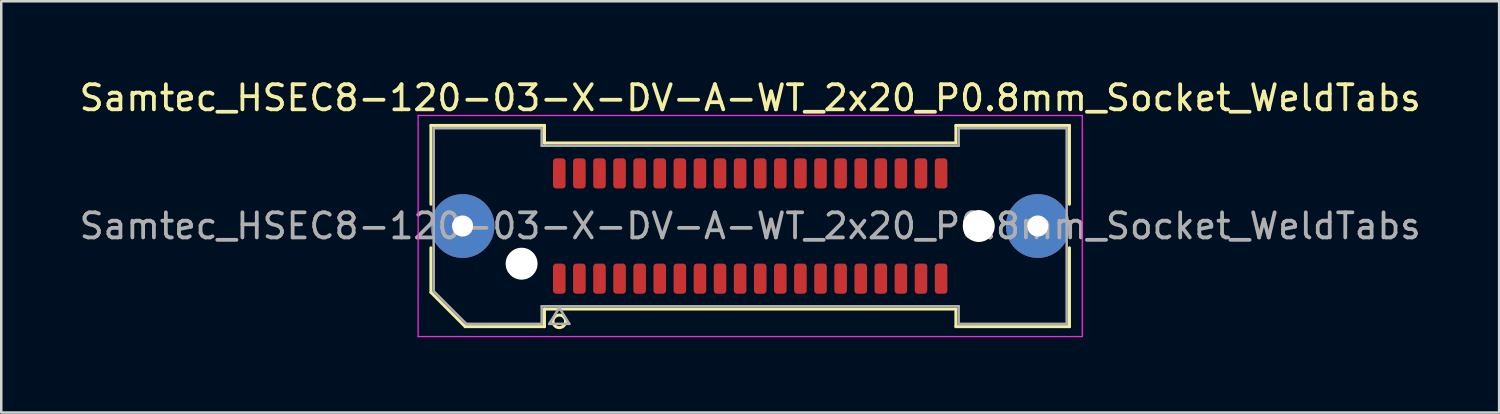
<source format=kicad_pcb>
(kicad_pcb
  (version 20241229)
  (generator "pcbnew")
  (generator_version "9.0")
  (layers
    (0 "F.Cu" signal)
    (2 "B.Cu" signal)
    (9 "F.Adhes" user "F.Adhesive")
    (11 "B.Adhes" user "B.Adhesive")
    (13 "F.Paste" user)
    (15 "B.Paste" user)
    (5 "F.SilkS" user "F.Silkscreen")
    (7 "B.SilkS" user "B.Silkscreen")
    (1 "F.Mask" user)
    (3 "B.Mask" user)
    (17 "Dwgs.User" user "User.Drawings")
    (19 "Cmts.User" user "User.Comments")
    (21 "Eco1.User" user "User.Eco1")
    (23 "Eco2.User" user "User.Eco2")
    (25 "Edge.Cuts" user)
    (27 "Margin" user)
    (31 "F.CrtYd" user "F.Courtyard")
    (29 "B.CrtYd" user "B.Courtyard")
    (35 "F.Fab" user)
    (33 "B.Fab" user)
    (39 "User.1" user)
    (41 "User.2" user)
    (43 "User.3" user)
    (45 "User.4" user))
  (footprint "Samtec_HSEC8-120-03-X-DV-A-WT_2x20_P0.8mm_Socket_WeldTabs"
    (layer "F.Cu")
    (at 26.815 5.948)
    (property "Reference" "Samtec_HSEC8-120-03-X-DV-A-WT_2x20_P0.8mm_Socket_WeldTabs" (at 0 -5.1 0) (layer "F.SilkS") (effects (font (size 1 1) (thickness 0.15))))
    (attr smd)
    (fp_line (start -12.71 -4.005) (end -8.19 -4.005) (stroke (width 0.12) (type solid)) (layer "F.SilkS"))
    (fp_line (start -12.71 -0.868) (end -12.71 -4.005) (stroke (width 0.12) (type solid)) (layer "F.SilkS"))
    (fp_line (start -12.71 2.641) (end -12.71 0.868) (stroke (width 0.12) (type solid)) (layer "F.SilkS"))
    (fp_line (start -11.346 4.005) (end -12.71 2.641) (stroke (width 0.12) (type solid)) (layer "F.SilkS"))
    (fp_line (start -8.19 -4.005) (end -8.19 -3.305) (stroke (width 0.12) (type solid)) (layer "F.SilkS"))
    (fp_line (start -8.19 -3.305) (end 8.19 -3.305) (stroke (width 0.12) (type solid)) (layer "F.SilkS"))
    (fp_line (start -8.19 3.305) (end -8.19 4.005) (stroke (width 0.12) (type solid)) (layer "F.SilkS"))
    (fp_line (start -8.19 4.005) (end -11.346 4.005) (stroke (width 0.12) (type solid)) (layer "F.SilkS"))
    (fp_line (start 8.19 -4.005) (end 12.71 -4.005) (stroke (width 0.12) (type solid)) (layer "F.SilkS"))
    (fp_line (start 8.19 -3.305) (end 8.19 -4.005) (stroke (width 0.12) (type solid)) (layer "F.SilkS"))
    (fp_line (start 8.19 3.305) (end -8.19 3.305) (stroke (width 0.12) (type solid)) (layer "F.SilkS"))
    (fp_line (start 8.19 4.005) (end 8.19 3.305) (stroke (width 0.12) (type solid)) (layer "F.SilkS"))
    (fp_line (start 12.71 -4.005) (end 12.71 -0.868) (stroke (width 0.12) (type solid)) (layer "F.SilkS"))
    (fp_line (start 12.71 0.868) (end 12.71 4.005) (stroke (width 0.12) (type solid)) (layer "F.SilkS"))
    (fp_line (start 12.71 4.005) (end 8.19 4.005) (stroke (width 0.12) (type solid)) (layer "F.SilkS"))
    (fp_arc (start -7.35 3.795) (mid -7.85 3.795) (end -7.35 3.795) (stroke (width 0.12) (type solid)) (layer "F.SilkS"))
    (fp_line (start -13.22 -4.4) (end -13.22 4.4) (stroke (width 0.05) (type solid)) (layer "F.CrtYd"))
    (fp_line (start -13.22 4.4) (end 13.22 4.4) (stroke (width 0.05) (type solid)) (layer "F.CrtYd"))
    (fp_line (start 13.22 -4.4) (end -13.22 -4.4) (stroke (width 0.05) (type solid)) (layer "F.CrtYd"))
    (fp_line (start 13.22 4.4) (end 13.22 -4.4) (stroke (width 0.05) (type solid)) (layer "F.CrtYd"))
    (fp_line (start -12.6 -3.895) (end -8.3 -3.895) (stroke (width 0.1) (type solid)) (layer "F.Fab"))
    (fp_line (start -12.6 2.595) (end -12.6 -3.895) (stroke (width 0.1) (type solid)) (layer "F.Fab"))
    (fp_line (start -11.3 3.895) (end -12.6 2.595) (stroke (width 0.1) (type solid)) (layer "F.Fab"))
    (fp_line (start -8.3 -3.895) (end -8.3 -3.195) (stroke (width 0.1) (type solid)) (layer "F.Fab"))
    (fp_line (start -8.3 -3.195) (end 8.3 -3.195) (stroke (width 0.1) (type solid)) (layer "F.Fab"))
    (fp_line (start -8.3 3.195) (end -8.3 3.895) (stroke (width 0.1) (type solid)) (layer "F.Fab"))
    (fp_line (start -8.3 3.895) (end -11.3 3.895) (stroke (width 0.1) (type solid)) (layer "F.Fab"))
    (fp_line (start -8 3.895) (end -7.6 3.255) (stroke (width 0.1) (type solid)) (layer "F.Fab"))
    (fp_line (start -7.6 3.255) (end -7.2 3.895) (stroke (width 0.1) (type solid)) (layer "F.Fab"))
    (fp_line (start -7.2 3.895) (end -8 3.895) (stroke (width 0.1) (type solid)) (layer "F.Fab"))
    (fp_line (start 8.3 -3.895) (end 12.6 -3.895) (stroke (width 0.1) (type solid)) (layer "F.Fab"))
    (fp_line (start 8.3 -3.195) (end 8.3 -3.895) (stroke (width 0.1) (type solid)) (layer "F.Fab"))
    (fp_line (start 8.3 3.195) (end -8.3 3.195) (stroke (width 0.1) (type solid)) (layer "F.Fab"))
    (fp_line (start 8.3 3.895) (end 8.3 3.195) (stroke (width 0.1) (type solid)) (layer "F.Fab"))
    (fp_line (start 12.6 -3.895) (end 12.6 3.895) (stroke (width 0.1) (type solid)) (layer "F.Fab"))
    (fp_line (start 12.6 3.895) (end 8.3 3.895) (stroke (width 0.1) (type solid)) (layer "F.Fab"))
    (fp_text user "${REFERENCE}" (at 0 0 0) (layer "F.Fab") (effects (font (size 1 1) (thickness 0.15))))
    (pad "" thru_hole circle (at -11.45 0) (size 2.54 2.54) (drill 0.84) (layers "*.Cu" "*.Mask" "F.Paste"))
    (pad "" np_thru_hole circle (at -9.1 1.5) (size 1.27 1.27) (drill 1.27) (layers "*.Cu" "*.Mask"))
    (pad "" np_thru_hole circle (at 9.1 0) (size 1.27 1.27) (drill 1.27) (layers "*.Cu" "*.Mask"))
    (pad "" thru_hole circle (at 11.45 0) (size 2.54 2.54) (drill 0.84) (layers "*.Cu" "*.Mask" "F.Paste"))
    (pad "1" smd roundrect (at -7.6 2.095) (size 0.5 1.2) (layers "F.Cu" "F.Mask" "F.Paste") (roundrect_rratio 0.25))
    (pad "2" smd roundrect (at -7.6 -2.095) (size 0.5 1.2) (layers "F.Cu" "F.Mask" "F.Paste") (roundrect_rratio 0.25))
    (pad "3" smd roundrect (at -6.8 2.095) (size 0.5 1.2) (layers "F.Cu" "F.Mask" "F.Paste") (roundrect_rratio 0.25))
    (pad "4" smd roundrect (at -6.8 -2.095) (size 0.5 1.2) (layers "F.Cu" "F.Mask" "F.Paste") (roundrect_rratio 0.25))
    (pad "5" smd roundrect (at -6 2.095) (size 0.5 1.2) (layers "F.Cu" "F.Mask" "F.Paste") (roundrect_rratio 0.25))
    (pad "6" smd roundrect (at -6 -2.095) (size 0.5 1.2) (layers "F.Cu" "F.Mask" "F.Paste") (roundrect_rratio 0.25))
    (pad "7" smd roundrect (at -5.2 2.095) (size 0.5 1.2) (layers "F.Cu" "F.Mask" "F.Paste") (roundrect_rratio 0.25))
    (pad "8" smd roundrect (at -5.2 -2.095) (size 0.5 1.2) (layers "F.Cu" "F.Mask" "F.Paste") (roundrect_rratio 0.25))
    (pad "9" smd roundrect (at -4.4 2.095) (size 0.5 1.2) (layers "F.Cu" "F.Mask" "F.Paste") (roundrect_rratio 0.25))
    (pad "10" smd roundrect (at -4.4 -2.095) (size 0.5 1.2) (layers "F.Cu" "F.Mask" "F.Paste") (roundrect_rratio 0.25))
    (pad "11" smd roundrect (at -3.6 2.095) (size 0.5 1.2) (layers "F.Cu" "F.Mask" "F.Paste") (roundrect_rratio 0.25))
    (pad "12" smd roundrect (at -3.6 -2.095) (size 0.5 1.2) (layers "F.Cu" "F.Mask" "F.Paste") (roundrect_rratio 0.25))
    (pad "13" smd roundrect (at -2.8 2.095) (size 0.5 1.2) (layers "F.Cu" "F.Mask" "F.Paste") (roundrect_rratio 0.25))
    (pad "14" smd roundrect (at -2.8 -2.095) (size 0.5 1.2) (layers "F.Cu" "F.Mask" "F.Paste") (roundrect_rratio 0.25))
    (pad "15" smd roundrect (at -2 2.095) (size 0.5 1.2) (layers "F.Cu" "F.Mask" "F.Paste") (roundrect_rratio 0.25))
    (pad "16" smd roundrect (at -2 -2.095) (size 0.5 1.2) (layers "F.Cu" "F.Mask" "F.Paste") (roundrect_rratio 0.25))
    (pad "17" smd roundrect (at -1.2 2.095) (size 0.5 1.2) (layers "F.Cu" "F.Mask" "F.Paste") (roundrect_rratio 0.25))
    (pad "18" smd roundrect (at -1.2 -2.095) (size 0.5 1.2) (layers "F.Cu" "F.Mask" "F.Paste") (roundrect_rratio 0.25))
    (pad "19" smd roundrect (at -0.4 2.095) (size 0.5 1.2) (layers "F.Cu" "F.Mask" "F.Paste") (roundrect_rratio 0.25))
    (pad "20" smd roundrect (at -0.4 -2.095) (size 0.5 1.2) (layers "F.Cu" "F.Mask" "F.Paste") (roundrect_rratio 0.25))
    (pad "21" smd roundrect (at 0.4 2.095) (size 0.5 1.2) (layers "F.Cu" "F.Mask" "F.Paste") (roundrect_rratio 0.25))
    (pad "22" smd roundrect (at 0.4 -2.095) (size 0.5 1.2) (layers "F.Cu" "F.Mask" "F.Paste") (roundrect_rratio 0.25))
    (pad "23" smd roundrect (at 1.2 2.095) (size 0.5 1.2) (layers "F.Cu" "F.Mask" "F.Paste") (roundrect_rratio 0.25))
    (pad "24" smd roundrect (at 1.2 -2.095) (size 0.5 1.2) (layers "F.Cu" "F.Mask" "F.Paste") (roundrect_rratio 0.25))
    (pad "25" smd roundrect (at 2 2.095) (size 0.5 1.2) (layers "F.Cu" "F.Mask" "F.Paste") (roundrect_rratio 0.25))
    (pad "26" smd roundrect (at 2 -2.095) (size 0.5 1.2) (layers "F.Cu" "F.Mask" "F.Paste") (roundrect_rratio 0.25))
    (pad "27" smd roundrect (at 2.8 2.095) (size 0.5 1.2) (layers "F.Cu" "F.Mask" "F.Paste") (roundrect_rratio 0.25))
    (pad "28" smd roundrect (at 2.8 -2.095) (size 0.5 1.2) (layers "F.Cu" "F.Mask" "F.Paste") (roundrect_rratio 0.25))
    (pad "29" smd roundrect (at 3.6 2.095) (size 0.5 1.2) (layers "F.Cu" "F.Mask" "F.Paste") (roundrect_rratio 0.25))
    (pad "30" smd roundrect (at 3.6 -2.095) (size 0.5 1.2) (layers "F.Cu" "F.Mask" "F.Paste") (roundrect_rratio 0.25))
    (pad "31" smd roundrect (at 4.4 2.095) (size 0.5 1.2) (layers "F.Cu" "F.Mask" "F.Paste") (roundrect_rratio 0.25))
    (pad "32" smd roundrect (at 4.4 -2.095) (size 0.5 1.2) (layers "F.Cu" "F.Mask" "F.Paste") (roundrect_rratio 0.25))
    (pad "33" smd roundrect (at 5.2 2.095) (size 0.5 1.2) (layers "F.Cu" "F.Mask" "F.Paste") (roundrect_rratio 0.25))
    (pad "34" smd roundrect (at 5.2 -2.095) (size 0.5 1.2) (layers "F.Cu" "F.Mask" "F.Paste") (roundrect_rratio 0.25))
    (pad "35" smd roundrect (at 6 2.095) (size 0.5 1.2) (layers "F.Cu" "F.Mask" "F.Paste") (roundrect_rratio 0.25))
    (pad "36" smd roundrect (at 6 -2.095) (size 0.5 1.2) (layers "F.Cu" "F.Mask" "F.Paste") (roundrect_rratio 0.25))
    (pad "37" smd roundrect (at 6.8 2.095) (size 0.5 1.2) (layers "F.Cu" "F.Mask" "F.Paste") (roundrect_rratio 0.25))
    (pad "38" smd roundrect (at 6.8 -2.095) (size 0.5 1.2) (layers "F.Cu" "F.Mask" "F.Paste") (roundrect_rratio 0.25))
    (pad "39" smd roundrect (at 7.6 2.095) (size 0.5 1.2) (layers "F.Cu" "F.Mask" "F.Paste") (roundrect_rratio 0.25))
    (pad "40" smd roundrect (at 7.6 -2.095) (size 0.5 1.2) (layers "F.Cu" "F.Mask" "F.Paste") (roundrect_rratio 0.25)))
  (gr_rect
    (start -3 -3)
    (end 56.631 13.373)
    (stroke (width 0.1) (type default))
    (fill no)
    (layer "Edge.Cuts")))
</source>
